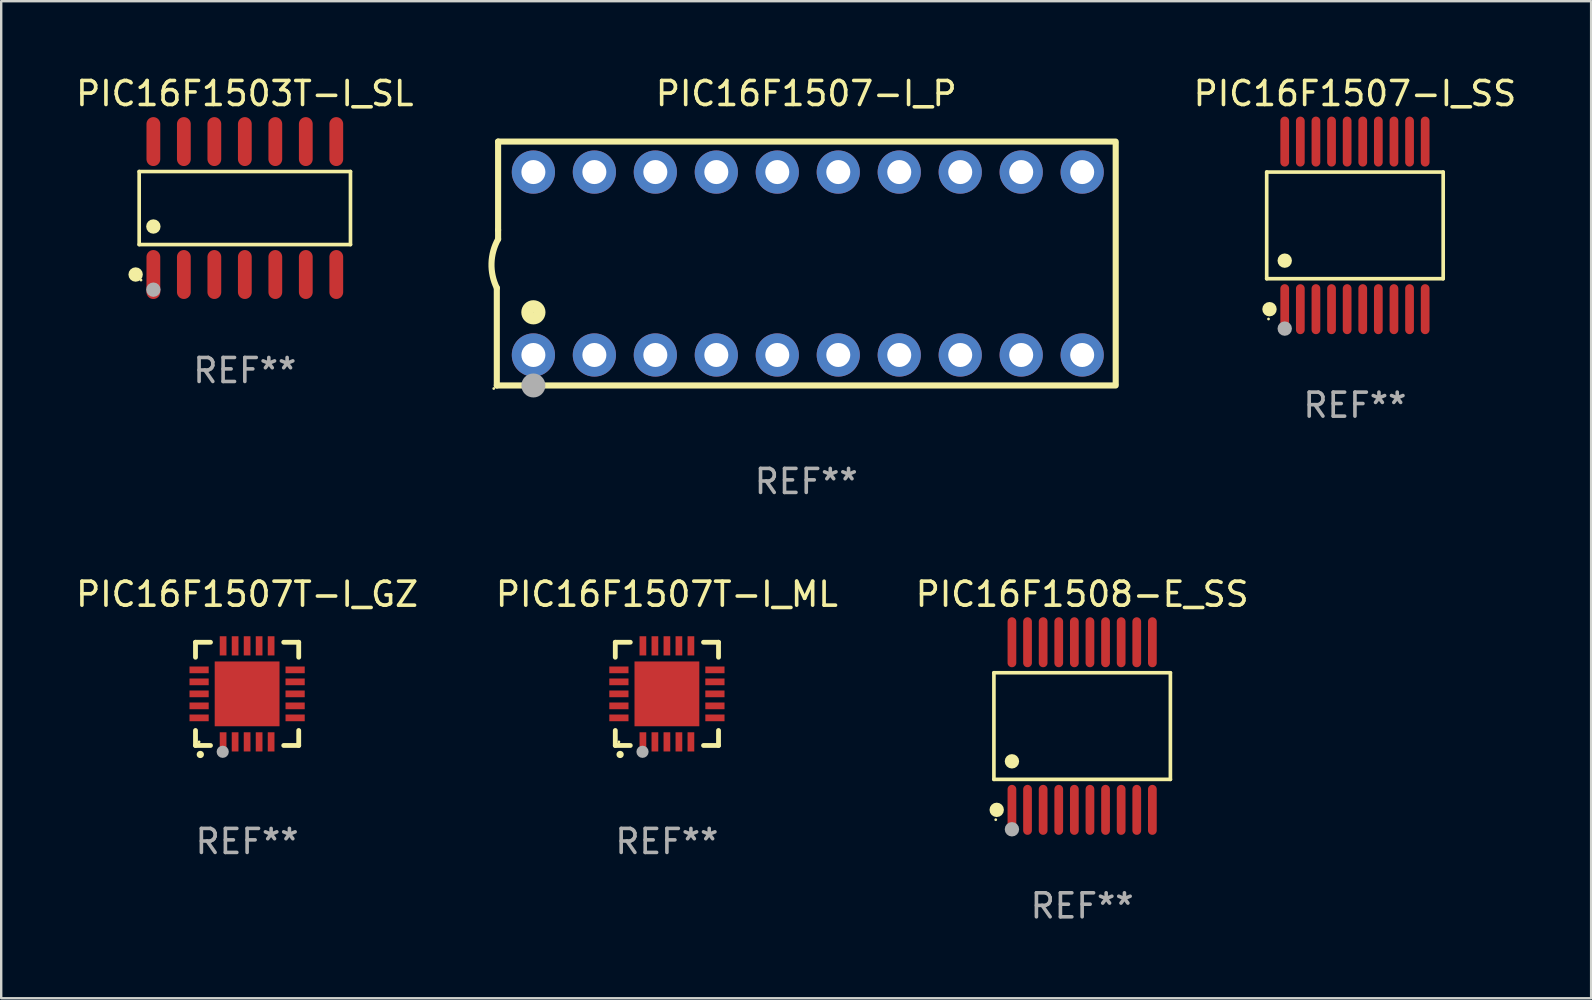
<source format=kicad_pcb>
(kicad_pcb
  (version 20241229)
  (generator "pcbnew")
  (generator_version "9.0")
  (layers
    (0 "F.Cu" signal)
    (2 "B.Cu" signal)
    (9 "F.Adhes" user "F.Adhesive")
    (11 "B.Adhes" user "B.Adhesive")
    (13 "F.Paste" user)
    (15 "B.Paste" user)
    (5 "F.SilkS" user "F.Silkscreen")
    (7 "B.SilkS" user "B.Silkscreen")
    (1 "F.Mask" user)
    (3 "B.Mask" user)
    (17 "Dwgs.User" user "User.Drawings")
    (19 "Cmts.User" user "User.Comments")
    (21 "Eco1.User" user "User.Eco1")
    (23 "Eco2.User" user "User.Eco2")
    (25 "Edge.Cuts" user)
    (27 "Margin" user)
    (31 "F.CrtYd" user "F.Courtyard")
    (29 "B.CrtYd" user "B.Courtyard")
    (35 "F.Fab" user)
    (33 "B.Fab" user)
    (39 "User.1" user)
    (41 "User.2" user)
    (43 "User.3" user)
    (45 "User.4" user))
  (footprint "PIC16F1507-I_SS"
    (layer "F.Cu")
    (at 53.394 6.339)
    (property "Reference" "PIC16F1507-I_SS" (at 0 -5.491 0) (layer "F.SilkS") (effects (font (size 1 1) (thickness 0.15))))
    (attr through_hole)
    (fp_line (start -3.676 -2.221) (end 3.676 -2.221) (stroke (width 0.152) (type solid)) (layer "F.SilkS"))
    (fp_line (start -3.676 2.221) (end -3.676 -2.221) (stroke (width 0.152) (type solid)) (layer "F.SilkS"))
    (fp_line (start 3.676 -2.221) (end 3.676 2.221) (stroke (width 0.152) (type solid)) (layer "F.SilkS"))
    (fp_line (start 3.676 2.221) (end -3.676 2.221) (stroke (width 0.152) (type solid)) (layer "F.SilkS"))
    (fp_circle (center -3.6 3.9) (end -3.57 3.9) (stroke (width 0.06) (type solid)) (fill no) (layer "F.SilkS"))
    (fp_circle (center -3.559 3.491) (end -3.409 3.491) (stroke (width 0.3) (type solid)) (fill no) (layer "F.SilkS"))
    (fp_circle (center -2.925 1.469) (end -2.775 1.469) (stroke (width 0.3) (type solid)) (fill no) (layer "F.SilkS"))
    (fp_circle (center -2.925 4.3) (end -2.775 4.3) (stroke (width 0.3) (type solid)) (fill no) (layer "F.Fab"))
    (fp_text user "REF**" (at 0 7.491 0) (layer "F.Fab") (effects (font (size 1 1) (thickness 0.15))))
    (pad "1" smd oval (at -2.925 3.491) (size 0.364 2.082) (layers "F.Cu" "F.Mask" "F.Paste"))
    (pad "2" smd oval (at -2.275 3.491) (size 0.364 2.082) (layers "F.Cu" "F.Mask" "F.Paste"))
    (pad "3" smd oval (at -1.625 3.491) (size 0.364 2.082) (layers "F.Cu" "F.Mask" "F.Paste"))
    (pad "4" smd oval (at -0.975 3.491) (size 0.364 2.082) (layers "F.Cu" "F.Mask" "F.Paste"))
    (pad "5" smd oval (at -0.325 3.491) (size 0.364 2.082) (layers "F.Cu" "F.Mask" "F.Paste"))
    (pad "6" smd oval (at 0.325 3.491) (size 0.364 2.082) (layers "F.Cu" "F.Mask" "F.Paste"))
    (pad "7" smd oval (at 0.975 3.491) (size 0.364 2.082) (layers "F.Cu" "F.Mask" "F.Paste"))
    (pad "8" smd oval (at 1.625 3.491) (size 0.364 2.082) (layers "F.Cu" "F.Mask" "F.Paste"))
    (pad "9" smd oval (at 2.275 3.491) (size 0.364 2.082) (layers "F.Cu" "F.Mask" "F.Paste"))
    (pad "10" smd oval (at 2.925 3.491) (size 0.364 2.082) (layers "F.Cu" "F.Mask" "F.Paste"))
    (pad "11" smd oval (at 2.925 -3.491) (size 0.364 2.082) (layers "F.Cu" "F.Mask" "F.Paste"))
    (pad "12" smd oval (at 2.275 -3.491) (size 0.364 2.082) (layers "F.Cu" "F.Mask" "F.Paste"))
    (pad "13" smd oval (at 1.625 -3.491) (size 0.364 2.082) (layers "F.Cu" "F.Mask" "F.Paste"))
    (pad "14" smd oval (at 0.975 -3.491) (size 0.364 2.082) (layers "F.Cu" "F.Mask" "F.Paste"))
    (pad "15" smd oval (at 0.325 -3.491) (size 0.364 2.082) (layers "F.Cu" "F.Mask" "F.Paste"))
    (pad "16" smd oval (at -0.325 -3.491) (size 0.364 2.082) (layers "F.Cu" "F.Mask" "F.Paste"))
    (pad "17" smd oval (at -0.975 -3.491) (size 0.364 2.082) (layers "F.Cu" "F.Mask" "F.Paste"))
    (pad "18" smd oval (at -1.625 -3.491) (size 0.364 2.082) (layers "F.Cu" "F.Mask" "F.Paste"))
    (pad "19" smd oval (at -2.275 -3.491) (size 0.364 2.082) (layers "F.Cu" "F.Mask" "F.Paste"))
    (pad "20" smd oval (at -2.925 -3.491) (size 0.364 2.082) (layers "F.Cu" "F.Mask" "F.Paste")))
  (footprint "PIC16F1507-I_P"
    (layer "F.Cu")
    (at 30.537 7.928)
    (property "Reference" "PIC16F1507-I_P" (at 0 -7.08 0) (layer "F.SilkS") (effects (font (size 1 1) (thickness 0.15))))
    (attr through_hole)
    (fp_line (start -12.891 5.08) (end -12.891 1.016) (stroke (width 0.254) (type solid)) (layer "F.SilkS"))
    (fp_line (start -12.891 5.08) (end 12.891 5.08) (stroke (width 0.254) (type solid)) (layer "F.SilkS"))
    (fp_line (start -12.837 -5.08) (end -12.837 -1.397) (stroke (width 0.254) (type solid)) (layer "F.SilkS"))
    (fp_line (start -12.837 -5.08) (end 12.891 -5.08) (stroke (width 0.254) (type solid)) (layer "F.SilkS"))
    (fp_line (start -12.837 -1.397) (end -12.837 -1.016) (stroke (width 0.254) (type solid)) (layer "F.SilkS"))
    (fp_line (start 12.891 -5) (end 12.891 5) (stroke (width 0.254) (type solid)) (layer "F.SilkS"))
    (fp_arc (start -12.890526 1.016002) (mid -13.111945 -0.006602) (end -12.836525 -1.016002) (stroke (width 0.254001) (type solid)) (layer "F.SilkS"))
    (fp_circle (center -13.018 5.207) (end -12.988 5.207) (stroke (width 0.06) (type solid)) (fill no) (layer "F.SilkS"))
    (fp_circle (center -11.367 2.032) (end -11.113 2.032) (stroke (width 0.5) (type solid)) (fill no) (layer "F.SilkS"))
    (fp_circle (center -11.367 5.08) (end -11.117 5.08) (stroke (width 0.5) (type solid)) (fill no) (layer "F.Fab"))
    (fp_text user "REF**" (at 0 9.08 0) (layer "F.Fab") (effects (font (size 1 1) (thickness 0.15))))
    (pad "1" thru_hole circle (at -11.367 3.81) (size 1.8 1.8) (drill 1) (layers "*.Cu" "*.Mask"))
    (pad "2" thru_hole circle (at -8.827 3.81) (size 1.8 1.8) (drill 1) (layers "*.Cu" "*.Mask"))
    (pad "3" thru_hole circle (at -6.287 3.81) (size 1.8 1.8) (drill 1) (layers "*.Cu" "*.Mask"))
    (pad "4" thru_hole circle (at -3.747 3.81) (size 1.8 1.8) (drill 1) (layers "*.Cu" "*.Mask"))
    (pad "5" thru_hole circle (at -1.207 3.81) (size 1.8 1.8) (drill 1) (layers "*.Cu" "*.Mask"))
    (pad "6" thru_hole circle (at 1.334 3.81) (size 1.8 1.8) (drill 1) (layers "*.Cu" "*.Mask"))
    (pad "7" thru_hole circle (at 3.874 3.81) (size 1.8 1.8) (drill 1) (layers "*.Cu" "*.Mask"))
    (pad "8" thru_hole circle (at 6.414 3.81) (size 1.8 1.8) (drill 1) (layers "*.Cu" "*.Mask"))
    (pad "9" thru_hole circle (at 8.954 3.81) (size 1.8 1.8) (drill 1) (layers "*.Cu" "*.Mask"))
    (pad "10" thru_hole circle (at 11.494 3.81) (size 1.8 1.8) (drill 1) (layers "*.Cu" "*.Mask"))
    (pad "11" thru_hole circle (at 11.494 -3.81) (size 1.8 1.8) (drill 1) (layers "*.Cu" "*.Mask"))
    (pad "12" thru_hole circle (at 8.954 -3.81) (size 1.8 1.8) (drill 1) (layers "*.Cu" "*.Mask"))
    (pad "13" thru_hole circle (at 6.414 -3.81) (size 1.8 1.8) (drill 1) (layers "*.Cu" "*.Mask"))
    (pad "14" thru_hole circle (at 3.874 -3.81) (size 1.8 1.8) (drill 1) (layers "*.Cu" "*.Mask"))
    (pad "15" thru_hole circle (at 1.334 -3.81) (size 1.8 1.8) (drill 1) (layers "*.Cu" "*.Mask"))
    (pad "16" thru_hole circle (at -1.207 -3.81) (size 1.8 1.8) (drill 1) (layers "*.Cu" "*.Mask"))
    (pad "17" thru_hole circle (at -3.747 -3.81) (size 1.8 1.8) (drill 1) (layers "*.Cu" "*.Mask"))
    (pad "18" thru_hole circle (at -6.287 -3.81) (size 1.8 1.8) (drill 1) (layers "*.Cu" "*.Mask"))
    (pad "19" thru_hole circle (at -8.827 -3.81) (size 1.8 1.8) (drill 1) (layers "*.Cu" "*.Mask"))
    (pad "20" thru_hole circle (at -11.367 -3.81) (size 1.8 1.8) (drill 1) (layers "*.Cu" "*.Mask")))
  (footprint "PIC16F1508-E_SS"
    (layer "F.Cu")
    (at 42.03 27.196)
    (property "Reference" "PIC16F1508-E_SS" (at 0 -5.491 0) (layer "F.SilkS") (effects (font (size 1 1) (thickness 0.15))))
    (attr through_hole)
    (fp_line (start -3.676 -2.221) (end 3.676 -2.221) (stroke (width 0.152) (type solid)) (layer "F.SilkS"))
    (fp_line (start -3.676 2.221) (end -3.676 -2.221) (stroke (width 0.152) (type solid)) (layer "F.SilkS"))
    (fp_line (start 3.676 -2.221) (end 3.676 2.221) (stroke (width 0.152) (type solid)) (layer "F.SilkS"))
    (fp_line (start 3.676 2.221) (end -3.676 2.221) (stroke (width 0.152) (type solid)) (layer "F.SilkS"))
    (fp_circle (center -3.6 3.9) (end -3.57 3.9) (stroke (width 0.06) (type solid)) (fill no) (layer "F.SilkS"))
    (fp_circle (center -3.559 3.491) (end -3.409 3.491) (stroke (width 0.3) (type solid)) (fill no) (layer "F.SilkS"))
    (fp_circle (center -2.925 1.469) (end -2.775 1.469) (stroke (width 0.3) (type solid)) (fill no) (layer "F.SilkS"))
    (fp_circle (center -2.925 4.3) (end -2.775 4.3) (stroke (width 0.3) (type solid)) (fill no) (layer "F.Fab"))
    (fp_text user "REF**" (at 0 7.491 0) (layer "F.Fab") (effects (font (size 1 1) (thickness 0.15))))
    (pad "1" smd oval (at -2.925 3.491) (size 0.364 2.082) (layers "F.Cu" "F.Mask" "F.Paste"))
    (pad "2" smd oval (at -2.275 3.491) (size 0.364 2.082) (layers "F.Cu" "F.Mask" "F.Paste"))
    (pad "3" smd oval (at -1.625 3.491) (size 0.364 2.082) (layers "F.Cu" "F.Mask" "F.Paste"))
    (pad "4" smd oval (at -0.975 3.491) (size 0.364 2.082) (layers "F.Cu" "F.Mask" "F.Paste"))
    (pad "5" smd oval (at -0.325 3.491) (size 0.364 2.082) (layers "F.Cu" "F.Mask" "F.Paste"))
    (pad "6" smd oval (at 0.325 3.491) (size 0.364 2.082) (layers "F.Cu" "F.Mask" "F.Paste"))
    (pad "7" smd oval (at 0.975 3.491) (size 0.364 2.082) (layers "F.Cu" "F.Mask" "F.Paste"))
    (pad "8" smd oval (at 1.625 3.491) (size 0.364 2.082) (layers "F.Cu" "F.Mask" "F.Paste"))
    (pad "9" smd oval (at 2.275 3.491) (size 0.364 2.082) (layers "F.Cu" "F.Mask" "F.Paste"))
    (pad "10" smd oval (at 2.925 3.491) (size 0.364 2.082) (layers "F.Cu" "F.Mask" "F.Paste"))
    (pad "11" smd oval (at 2.925 -3.491) (size 0.364 2.082) (layers "F.Cu" "F.Mask" "F.Paste"))
    (pad "12" smd oval (at 2.275 -3.491) (size 0.364 2.082) (layers "F.Cu" "F.Mask" "F.Paste"))
    (pad "13" smd oval (at 1.625 -3.491) (size 0.364 2.082) (layers "F.Cu" "F.Mask" "F.Paste"))
    (pad "14" smd oval (at 0.975 -3.491) (size 0.364 2.082) (layers "F.Cu" "F.Mask" "F.Paste"))
    (pad "15" smd oval (at 0.325 -3.491) (size 0.364 2.082) (layers "F.Cu" "F.Mask" "F.Paste"))
    (pad "16" smd oval (at -0.325 -3.491) (size 0.364 2.082) (layers "F.Cu" "F.Mask" "F.Paste"))
    (pad "17" smd oval (at -0.975 -3.491) (size 0.364 2.082) (layers "F.Cu" "F.Mask" "F.Paste"))
    (pad "18" smd oval (at -1.625 -3.491) (size 0.364 2.082) (layers "F.Cu" "F.Mask" "F.Paste"))
    (pad "19" smd oval (at -2.275 -3.491) (size 0.364 2.082) (layers "F.Cu" "F.Mask" "F.Paste"))
    (pad "20" smd oval (at -2.925 -3.491) (size 0.364 2.082) (layers "F.Cu" "F.Mask" "F.Paste")))
  (footprint "PIC16F1503T-I_SL"
    (layer "F.Cu")
    (at 7.149 5.617)
    (property "Reference" "PIC16F1503T-I_SL" (at 0 -4.769 0) (layer "F.SilkS") (effects (font (size 1 1) (thickness 0.15))))
    (attr through_hole)
    (fp_line (start -4.401 -1.521) (end 4.401 -1.521) (stroke (width 0.152) (type solid)) (layer "F.SilkS"))
    (fp_line (start -4.401 1.521) (end -4.401 -1.521) (stroke (width 0.152) (type solid)) (layer "F.SilkS"))
    (fp_line (start 4.401 -1.521) (end 4.401 1.521) (stroke (width 0.152) (type solid)) (layer "F.SilkS"))
    (fp_line (start 4.401 1.521) (end -4.401 1.521) (stroke (width 0.152) (type solid)) (layer "F.SilkS"))
    (fp_circle (center -4.549 2.769) (end -4.399 2.769) (stroke (width 0.3) (type solid)) (fill no) (layer "F.SilkS"))
    (fp_circle (center -4.325 3) (end -4.295 3) (stroke (width 0.06) (type solid)) (fill no) (layer "F.SilkS"))
    (fp_circle (center -3.81 0.769) (end -3.66 0.769) (stroke (width 0.3) (type solid)) (fill no) (layer "F.SilkS"))
    (fp_circle (center -3.81 3.4) (end -3.66 3.4) (stroke (width 0.3) (type solid)) (fill no) (layer "F.Fab"))
    (fp_text user "REF**" (at 0 6.769 0) (layer "F.Fab") (effects (font (size 1 1) (thickness 0.15))))
    (pad "1" smd oval (at -3.81 2.769) (size 0.574 2.038) (layers "F.Cu" "F.Mask" "F.Paste"))
    (pad "2" smd oval (at -2.54 2.769) (size 0.574 2.038) (layers "F.Cu" "F.Mask" "F.Paste"))
    (pad "3" smd oval (at -1.27 2.769) (size 0.574 2.038) (layers "F.Cu" "F.Mask" "F.Paste"))
    (pad "4" smd oval (at 0 2.769) (size 0.574 2.038) (layers "F.Cu" "F.Mask" "F.Paste"))
    (pad "5" smd oval (at 1.27 2.769) (size 0.574 2.038) (layers "F.Cu" "F.Mask" "F.Paste"))
    (pad "6" smd oval (at 2.54 2.769) (size 0.574 2.038) (layers "F.Cu" "F.Mask" "F.Paste"))
    (pad "7" smd oval (at 3.81 2.769) (size 0.574 2.038) (layers "F.Cu" "F.Mask" "F.Paste"))
    (pad "8" smd oval (at 3.81 -2.769) (size 0.574 2.038) (layers "F.Cu" "F.Mask" "F.Paste"))
    (pad "9" smd oval (at 2.54 -2.769) (size 0.574 2.038) (layers "F.Cu" "F.Mask" "F.Paste"))
    (pad "10" smd oval (at 1.27 -2.769) (size 0.574 2.038) (layers "F.Cu" "F.Mask" "F.Paste"))
    (pad "11" smd oval (at 0 -2.769) (size 0.574 2.038) (layers "F.Cu" "F.Mask" "F.Paste"))
    (pad "12" smd oval (at -1.27 -2.769) (size 0.574 2.038) (layers "F.Cu" "F.Mask" "F.Paste"))
    (pad "13" smd oval (at -2.54 -2.769) (size 0.574 2.038) (layers "F.Cu" "F.Mask" "F.Paste"))
    (pad "14" smd oval (at -3.81 -2.769) (size 0.574 2.038) (layers "F.Cu" "F.Mask" "F.Paste")))
  (footprint "PIC16F1507T-I_ML"
    (layer "F.Cu")
    (at 24.732 25.855)
    (property "Reference" "PIC16F1507T-I_ML" (at 0 -4.15 0) (layer "F.SilkS") (effects (font (size 1 1) (thickness 0.15))))
    (attr through_hole)
    (fp_line (start -2.15 -2.15) (end -2.15 -1.525) (stroke (width 0.2) (type solid)) (layer "F.SilkS"))
    (fp_line (start -2.15 2.15) (end -2.15 1.525) (stroke (width 0.2) (type solid)) (layer "F.SilkS"))
    (fp_line (start -1.525 -2.15) (end -2.15 -2.15) (stroke (width 0.2) (type solid)) (layer "F.SilkS"))
    (fp_line (start -1.525 2.15) (end -2.15 2.15) (stroke (width 0.2) (type solid)) (layer "F.SilkS"))
    (fp_line (start 1.525 2.15) (end 2.15 2.15) (stroke (width 0.2) (type solid)) (layer "F.SilkS"))
    (fp_line (start 2.15 -2.15) (end 1.525 -2.15) (stroke (width 0.2) (type solid)) (layer "F.SilkS"))
    (fp_line (start 2.15 -1.525) (end 2.15 -2.15) (stroke (width 0.2) (type solid)) (layer "F.SilkS"))
    (fp_line (start 2.15 2.15) (end 2.15 1.525) (stroke (width 0.2) (type solid)) (layer "F.SilkS"))
    (fp_arc (start -1.950724 2.524765) (mid -1.949454 2.52476) (end -1.948184 2.524765) (stroke (width 0.3) (type solid)) (layer "F.SilkS"))
    (fp_circle (center -2 2) (end -1.97 2) (stroke (width 0.06) (type solid)) (fill no) (layer "F.SilkS"))
    (fp_circle (center -1.016 2.413) (end -0.889 2.413) (stroke (width 0.254) (type solid)) (fill no) (layer "F.Fab"))
    (fp_text user "REF**" (at 0 6.15 0) (layer "F.Fab") (effects (font (size 1 1) (thickness 0.15))))
    (pad "1" smd rect (at -1 2) (size 0.28 0.8) (layers "F.Cu" "F.Mask" "F.Paste"))
    (pad "2" smd rect (at -0.5 2) (size 0.28 0.8) (layers "F.Cu" "F.Mask" "F.Paste"))
    (pad "3" smd rect (at 0 2) (size 0.28 0.8) (layers "F.Cu" "F.Mask" "F.Paste"))
    (pad "4" smd rect (at 0.5 2) (size 0.28 0.8) (layers "F.Cu" "F.Mask" "F.Paste"))
    (pad "5" smd rect (at 1 2) (size 0.28 0.8) (layers "F.Cu" "F.Mask" "F.Paste"))
    (pad "6" smd rect (at 2 1) (size 0.8 0.28) (layers "F.Cu" "F.Mask" "F.Paste"))
    (pad "7" smd rect (at 2 0.5) (size 0.8 0.28) (layers "F.Cu" "F.Mask" "F.Paste"))
    (pad "8" smd rect (at 2 0) (size 0.8 0.28) (layers "F.Cu" "F.Mask" "F.Paste"))
    (pad "9" smd rect (at 2 -0.5) (size 0.8 0.28) (layers "F.Cu" "F.Mask" "F.Paste"))
    (pad "10" smd rect (at 2 -1) (size 0.8 0.28) (layers "F.Cu" "F.Mask" "F.Paste"))
    (pad "11" smd rect (at 1 -2) (size 0.28 0.8) (layers "F.Cu" "F.Mask" "F.Paste"))
    (pad "12" smd rect (at 0.5 -2) (size 0.28 0.8) (layers "F.Cu" "F.Mask" "F.Paste"))
    (pad "13" smd rect (at 0 -2) (size 0.28 0.8) (layers "F.Cu" "F.Mask" "F.Paste"))
    (pad "14" smd rect (at -0.5 -2) (size 0.28 0.8) (layers "F.Cu" "F.Mask" "F.Paste"))
    (pad "15" smd rect (at -1 -2) (size 0.28 0.8) (layers "F.Cu" "F.Mask" "F.Paste"))
    (pad "16" smd rect (at -2 -1) (size 0.8 0.28) (layers "F.Cu" "F.Mask" "F.Paste"))
    (pad "17" smd rect (at -2 -0.5) (size 0.8 0.28) (layers "F.Cu" "F.Mask" "F.Paste"))
    (pad "18" smd rect (at -2 0) (size 0.8 0.28) (layers "F.Cu" "F.Mask" "F.Paste"))
    (pad "19" smd rect (at -2 0.5) (size 0.8 0.28) (layers "F.Cu" "F.Mask" "F.Paste"))
    (pad "20" smd rect (at -2 1) (size 0.8 0.28) (layers "F.Cu" "F.Mask" "F.Paste"))
    (pad "21" smd rect (at 0 0) (size 2.7 2.7) (layers "F.Cu" "F.Mask" "F.Paste")))
  (footprint "PIC16F1507T-I_GZ"
    (layer "F.Cu")
    (at 7.244 25.855)
    (property "Reference" "PIC16F1507T-I_GZ" (at 0 -4.15 0) (layer "F.SilkS") (effects (font (size 1 1) (thickness 0.15))))
    (attr through_hole)
    (fp_line (start -2.15 -2.15) (end -2.15 -1.525) (stroke (width 0.2) (type solid)) (layer "F.SilkS"))
    (fp_line (start -2.15 2.15) (end -2.15 1.525) (stroke (width 0.2) (type solid)) (layer "F.SilkS"))
    (fp_line (start -1.525 -2.15) (end -2.15 -2.15) (stroke (width 0.2) (type solid)) (layer "F.SilkS"))
    (fp_line (start -1.525 2.15) (end -2.15 2.15) (stroke (width 0.2) (type solid)) (layer "F.SilkS"))
    (fp_line (start 1.525 2.15) (end 2.15 2.15) (stroke (width 0.2) (type solid)) (layer "F.SilkS"))
    (fp_line (start 2.15 -2.15) (end 1.525 -2.15) (stroke (width 0.2) (type solid)) (layer "F.SilkS"))
    (fp_line (start 2.15 -1.525) (end 2.15 -2.15) (stroke (width 0.2) (type solid)) (layer "F.SilkS"))
    (fp_line (start 2.15 2.15) (end 2.15 1.525) (stroke (width 0.2) (type solid)) (layer "F.SilkS"))
    (fp_arc (start -1.950724 2.524765) (mid -1.949454 2.52476) (end -1.948184 2.524765) (stroke (width 0.3) (type solid)) (layer "F.SilkS"))
    (fp_circle (center -2 2) (end -1.97 2) (stroke (width 0.06) (type solid)) (fill no) (layer "F.SilkS"))
    (fp_circle (center -1.016 2.413) (end -0.889 2.413) (stroke (width 0.254) (type solid)) (fill no) (layer "F.Fab"))
    (fp_text user "REF**" (at 0 6.15 0) (layer "F.Fab") (effects (font (size 1 1) (thickness 0.15))))
    (pad "1" smd rect (at -1 2 180) (size 0.28 0.8) (layers "F.Cu" "F.Mask" "F.Paste"))
    (pad "2" smd rect (at -0.5 2 180) (size 0.28 0.8) (layers "F.Cu" "F.Mask" "F.Paste"))
    (pad "3" smd rect (at 0 2 180) (size 0.28 0.8) (layers "F.Cu" "F.Mask" "F.Paste"))
    (pad "4" smd rect (at 0.5 2 180) (size 0.28 0.8) (layers "F.Cu" "F.Mask" "F.Paste"))
    (pad "5" smd rect (at 1 2 180) (size 0.28 0.8) (layers "F.Cu" "F.Mask" "F.Paste"))
    (pad "6" smd rect (at 2 1 90) (size 0.28 0.8) (layers "F.Cu" "F.Mask" "F.Paste"))
    (pad "7" smd rect (at 2 0.5 90) (size 0.28 0.8) (layers "F.Cu" "F.Mask" "F.Paste"))
    (pad "8" smd rect (at 2 0 90) (size 0.28 0.8) (layers "F.Cu" "F.Mask" "F.Paste"))
    (pad "9" smd rect (at 2 -0.5 90) (size 0.28 0.8) (layers "F.Cu" "F.Mask" "F.Paste"))
    (pad "10" smd rect (at 2 -1 90) (size 0.28 0.8) (layers "F.Cu" "F.Mask" "F.Paste"))
    (pad "11" smd rect (at 1 -2 180) (size 0.28 0.8) (layers "F.Cu" "F.Mask" "F.Paste"))
    (pad "12" smd rect (at 0.5 -2 180) (size 0.28 0.8) (layers "F.Cu" "F.Mask" "F.Paste"))
    (pad "13" smd rect (at 0 -2 180) (size 0.28 0.8) (layers "F.Cu" "F.Mask" "F.Paste"))
    (pad "14" smd rect (at -0.5 -2 180) (size 0.28 0.8) (layers "F.Cu" "F.Mask" "F.Paste"))
    (pad "15" smd rect (at -1 -2 180) (size 0.28 0.8) (layers "F.Cu" "F.Mask" "F.Paste"))
    (pad "16" smd rect (at -2 -1 90) (size 0.28 0.8) (layers "F.Cu" "F.Mask" "F.Paste"))
    (pad "17" smd rect (at -2 -0.5 90) (size 0.28 0.8) (layers "F.Cu" "F.Mask" "F.Paste"))
    (pad "18" smd rect (at -2 0 90) (size 0.28 0.8) (layers "F.Cu" "F.Mask" "F.Paste"))
    (pad "19" smd rect (at -2 0.5 90) (size 0.28 0.8) (layers "F.Cu" "F.Mask" "F.Paste"))
    (pad "20" smd rect (at -2 1 90) (size 0.28 0.8) (layers "F.Cu" "F.Mask" "F.Paste"))
    (pad "21" smd rect (at 0 0 90) (size 2.7 2.7) (layers "F.Cu" "F.Mask" "F.Paste")))
  (gr_rect
    (start -3 -3)
    (end 63.233 38.535)
    (stroke (width 0.1) (type default))
    (fill no)
    (layer "Edge.Cuts")))
</source>
